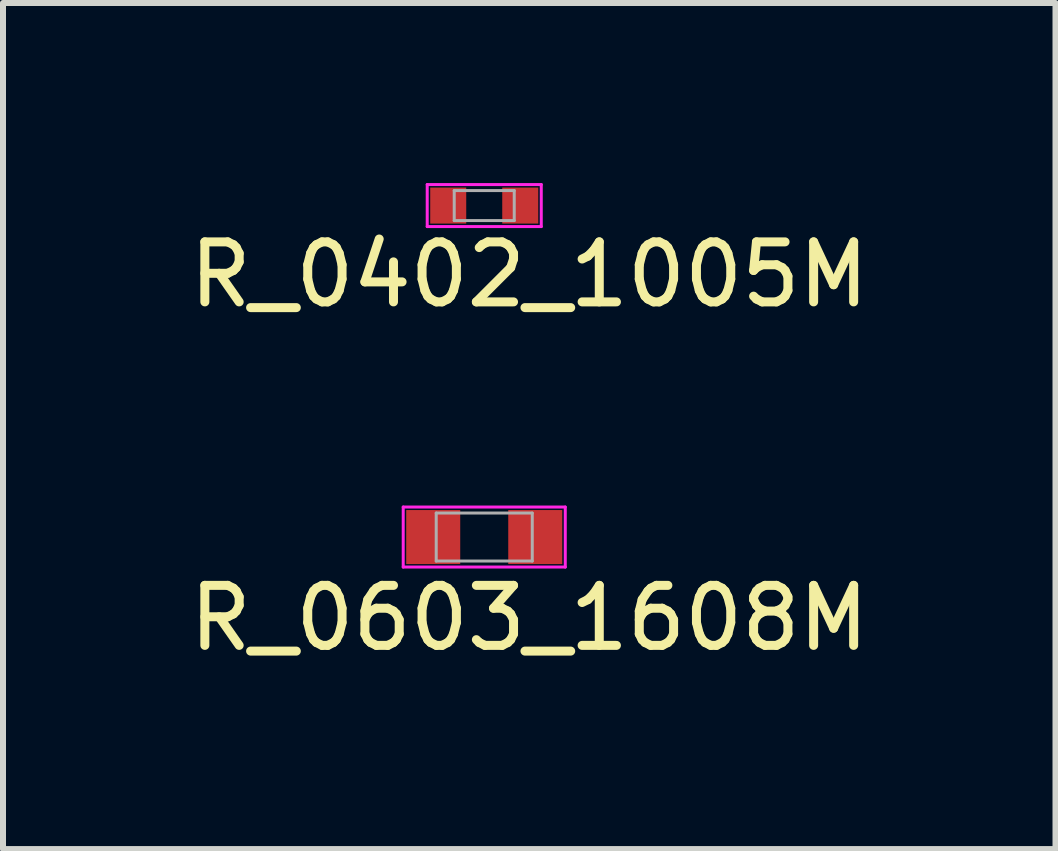
<source format=kicad_pcb>
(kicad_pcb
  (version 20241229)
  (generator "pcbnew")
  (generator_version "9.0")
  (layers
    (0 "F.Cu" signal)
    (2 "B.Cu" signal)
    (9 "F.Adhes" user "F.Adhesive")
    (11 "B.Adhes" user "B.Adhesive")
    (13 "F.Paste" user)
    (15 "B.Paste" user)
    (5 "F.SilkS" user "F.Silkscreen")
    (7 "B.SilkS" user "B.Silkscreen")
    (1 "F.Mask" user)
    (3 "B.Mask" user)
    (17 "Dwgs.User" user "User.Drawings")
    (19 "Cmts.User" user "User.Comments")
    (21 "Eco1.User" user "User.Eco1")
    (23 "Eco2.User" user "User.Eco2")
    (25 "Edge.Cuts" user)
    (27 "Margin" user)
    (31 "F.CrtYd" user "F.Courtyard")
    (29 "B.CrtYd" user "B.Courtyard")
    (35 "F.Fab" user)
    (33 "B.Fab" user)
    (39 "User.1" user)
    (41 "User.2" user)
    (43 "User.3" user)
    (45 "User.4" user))
  (footprint "R_0402_1005M"
    (layer "F.Cu")
    (at 5.018 0.375)
    (property "Reference" "R_0402_1005M" (at 0.75 1.15 0) (layer "F.SilkS") (effects (font (size 1 1) (thickness 0.15))))
    (attr through_hole)
    (fp_line (start -0.95 -0.35) (end 0.95 -0.35) (stroke (width 0.05) (type solid)) (layer "F.CrtYd"))
    (fp_line (start -0.95 0.35) (end -0.95 -0.35) (stroke (width 0.05) (type solid)) (layer "F.CrtYd"))
    (fp_line (start 0.95 -0.35) (end 0.95 0.35) (stroke (width 0.05) (type solid)) (layer "F.CrtYd"))
    (fp_line (start 0.95 0.35) (end -0.95 0.35) (stroke (width 0.05) (type solid)) (layer "F.CrtYd"))
    (fp_line (start -0.5 -0.25) (end -0.5 0.25) (stroke (width 0.05) (type solid)) (layer "F.Fab"))
    (fp_line (start -0.5 0.25) (end 0.5 0.25) (stroke (width 0.05) (type solid)) (layer "F.Fab"))
    (fp_line (start 0.5 -0.25) (end -0.5 -0.25) (stroke (width 0.05) (type solid)) (layer "F.Fab"))
    (fp_line (start 0.5 0.25) (end 0.5 -0.25) (stroke (width 0.05) (type solid)) (layer "F.Fab"))
    (pad "1" smd rect (at -0.6 0) (size 0.6 0.6) (layers "F.Cu" "F.Mask" "F.Paste"))
    (pad "2" smd rect (at 0.6 0) (size 0.6 0.6) (layers "F.Cu" "F.Mask" "F.Paste")))
  (footprint "R_0603_1608M"
    (layer "F.Cu")
    (at 5.018 5.898)
    (property "Reference" "R_0603_1608M" (at 0.75 1.35 0) (layer "F.SilkS") (effects (font (size 1 1) (thickness 0.15))))
    (attr through_hole)
    (fp_line (start -1.35 -0.5) (end 1.35 -0.5) (stroke (width 0.05) (type solid)) (layer "F.CrtYd"))
    (fp_line (start -1.35 0.5) (end -1.35 -0.5) (stroke (width 0.05) (type solid)) (layer "F.CrtYd"))
    (fp_line (start 1.35 -0.5) (end 1.35 0.5) (stroke (width 0.05) (type solid)) (layer "F.CrtYd"))
    (fp_line (start 1.35 0.5) (end -1.35 0.5) (stroke (width 0.05) (type solid)) (layer "F.CrtYd"))
    (fp_line (start -0.8 -0.4) (end -0.8 0.4) (stroke (width 0.05) (type solid)) (layer "F.Fab"))
    (fp_line (start -0.8 0.4) (end 0.8 0.4) (stroke (width 0.05) (type solid)) (layer "F.Fab"))
    (fp_line (start 0.8 -0.4) (end -0.8 -0.4) (stroke (width 0.05) (type solid)) (layer "F.Fab"))
    (fp_line (start 0.8 0.4) (end 0.8 -0.4) (stroke (width 0.05) (type solid)) (layer "F.Fab"))
    (pad "1" smd rect (at -0.85 0) (size 0.9 0.9) (layers "F.Cu" "F.Mask" "F.Paste"))
    (pad "2" smd rect (at 0.85 0) (size 0.9 0.9) (layers "F.Cu" "F.Mask" "F.Paste")))
  (gr_rect
    (start -3 -3)
    (end 14.536 11.097)
    (stroke (width 0.1) (type default))
    (fill no)
    (layer "Edge.Cuts")))
</source>
